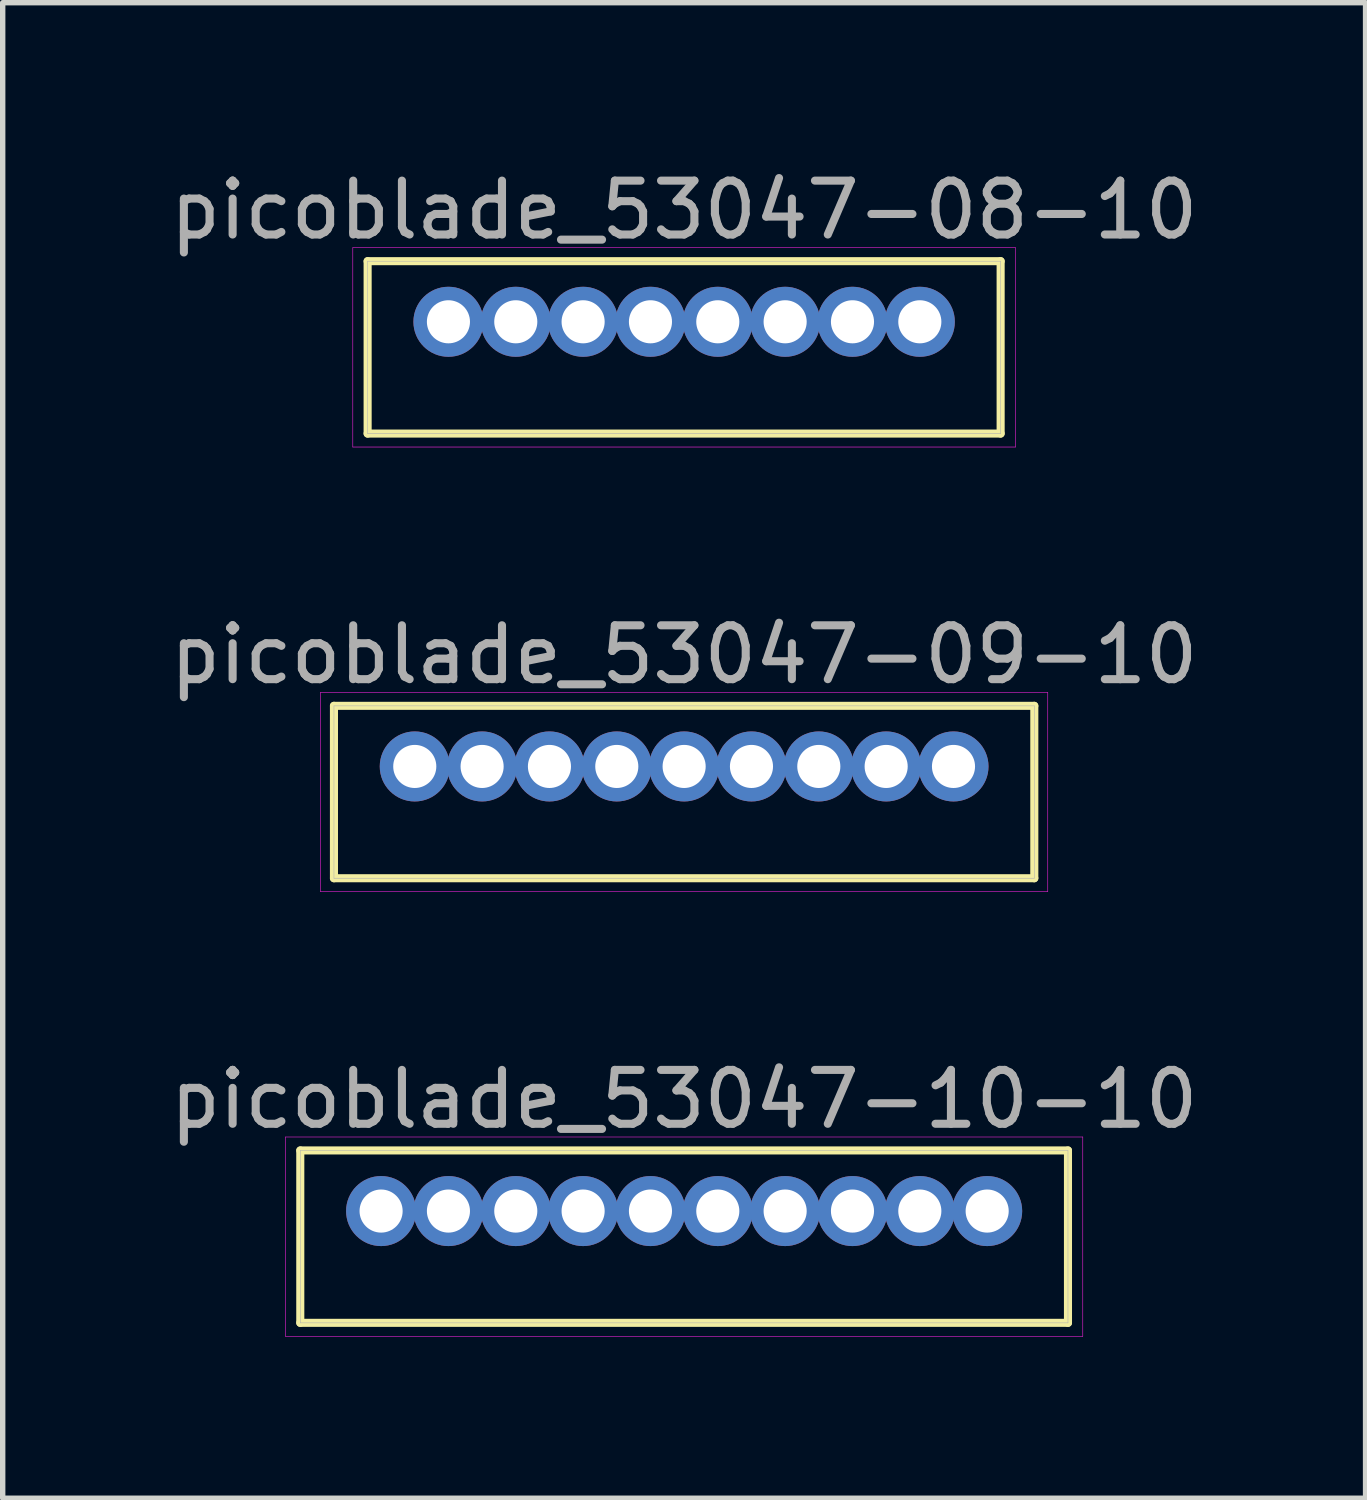
<source format=kicad_pcb>
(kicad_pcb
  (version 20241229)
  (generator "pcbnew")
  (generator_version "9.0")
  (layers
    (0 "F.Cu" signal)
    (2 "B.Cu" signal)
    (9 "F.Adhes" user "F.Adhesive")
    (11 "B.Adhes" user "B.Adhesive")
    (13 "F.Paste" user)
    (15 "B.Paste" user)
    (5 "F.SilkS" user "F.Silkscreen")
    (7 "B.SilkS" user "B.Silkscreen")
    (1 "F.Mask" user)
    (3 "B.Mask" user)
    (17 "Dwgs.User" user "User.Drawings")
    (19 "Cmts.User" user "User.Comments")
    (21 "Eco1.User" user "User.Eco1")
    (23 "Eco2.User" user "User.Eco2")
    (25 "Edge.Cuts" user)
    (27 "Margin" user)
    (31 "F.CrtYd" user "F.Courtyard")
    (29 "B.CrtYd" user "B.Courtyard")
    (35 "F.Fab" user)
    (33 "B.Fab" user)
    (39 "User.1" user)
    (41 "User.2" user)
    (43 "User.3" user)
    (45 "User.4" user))
  (footprint "picoblade_53047-10-10"
    (layer "F.Cu")
    (at 9.649 19.43)
    (property "Reference" "picoblade_53047-10-10" (at 0 -2.075 0) (layer "F.Fab") (effects (font (size 1 1) (thickness 0.15))))
    (attr through_hole)
    (fp_line (start -7.125 -1.125) (end 7.125 -1.125) (stroke (width 0.15) (type solid)) (layer "F.SilkS"))
    (fp_line (start -7.125 2.075) (end -7.125 -1.125) (stroke (width 0.15) (type solid)) (layer "F.SilkS"))
    (fp_line (start 7.125 -1.125) (end 7.125 2.075) (stroke (width 0.15) (type solid)) (layer "F.SilkS"))
    (fp_line (start 7.125 2.075) (end -7.125 2.075) (stroke (width 0.15) (type solid)) (layer "F.SilkS"))
    (fp_line (start -7.4 -1.375) (end 7.4 -1.375) (stroke (width 0.01) (type solid)) (layer "F.CrtYd"))
    (fp_line (start -7.4 2.325) (end -7.4 -1.375) (stroke (width 0.01) (type solid)) (layer "F.CrtYd"))
    (fp_line (start 7.4 -1.375) (end 7.4 2.325) (stroke (width 0.01) (type solid)) (layer "F.CrtYd"))
    (fp_line (start 7.4 2.325) (end -7.4 2.325) (stroke (width 0.01) (type solid)) (layer "F.CrtYd"))
    (fp_line (start -7.125 -1.125) (end 7.125 -1.125) (stroke (width 0.01) (type solid)) (layer "F.Fab"))
    (fp_line (start -7.125 2.075) (end -7.125 -1.125) (stroke (width 0.01) (type solid)) (layer "F.Fab"))
    (fp_line (start -5.875 -0.25) (end -5.375 -0.25) (stroke (width 0.01) (type solid)) (layer "F.Fab"))
    (fp_line (start -5.875 0.25) (end -5.875 -0.25) (stroke (width 0.01) (type solid)) (layer "F.Fab"))
    (fp_line (start -5.375 -0.25) (end -5.375 0.25) (stroke (width 0.01) (type solid)) (layer "F.Fab"))
    (fp_line (start -5.375 0.25) (end -5.875 0.25) (stroke (width 0.01) (type solid)) (layer "F.Fab"))
    (fp_line (start -4.625 -0.25) (end -4.125 -0.25) (stroke (width 0.01) (type solid)) (layer "F.Fab"))
    (fp_line (start -4.625 0.25) (end -4.625 -0.25) (stroke (width 0.01) (type solid)) (layer "F.Fab"))
    (fp_line (start -4.125 -0.25) (end -4.125 0.25) (stroke (width 0.01) (type solid)) (layer "F.Fab"))
    (fp_line (start -4.125 0.25) (end -4.625 0.25) (stroke (width 0.01) (type solid)) (layer "F.Fab"))
    (fp_line (start -3.375 -0.25) (end -2.875 -0.25) (stroke (width 0.01) (type solid)) (layer "F.Fab"))
    (fp_line (start -3.375 0.25) (end -3.375 -0.25) (stroke (width 0.01) (type solid)) (layer "F.Fab"))
    (fp_line (start -2.875 -0.25) (end -2.875 0.25) (stroke (width 0.01) (type solid)) (layer "F.Fab"))
    (fp_line (start -2.875 0.25) (end -3.375 0.25) (stroke (width 0.01) (type solid)) (layer "F.Fab"))
    (fp_line (start -2.125 -0.25) (end -1.625 -0.25) (stroke (width 0.01) (type solid)) (layer "F.Fab"))
    (fp_line (start -2.125 0.25) (end -2.125 -0.25) (stroke (width 0.01) (type solid)) (layer "F.Fab"))
    (fp_line (start -1.625 -0.25) (end -1.625 0.25) (stroke (width 0.01) (type solid)) (layer "F.Fab"))
    (fp_line (start -1.625 0.25) (end -2.125 0.25) (stroke (width 0.01) (type solid)) (layer "F.Fab"))
    (fp_line (start -0.875 -0.25) (end -0.375 -0.25) (stroke (width 0.01) (type solid)) (layer "F.Fab"))
    (fp_line (start -0.875 0.25) (end -0.875 -0.25) (stroke (width 0.01) (type solid)) (layer "F.Fab"))
    (fp_line (start -0.375 -0.25) (end -0.375 0.25) (stroke (width 0.01) (type solid)) (layer "F.Fab"))
    (fp_line (start -0.375 0.25) (end -0.875 0.25) (stroke (width 0.01) (type solid)) (layer "F.Fab"))
    (fp_line (start 0.375 -0.25) (end 0.875 -0.25) (stroke (width 0.01) (type solid)) (layer "F.Fab"))
    (fp_line (start 0.375 0.25) (end 0.375 -0.25) (stroke (width 0.01) (type solid)) (layer "F.Fab"))
    (fp_line (start 0.875 -0.25) (end 0.875 0.25) (stroke (width 0.01) (type solid)) (layer "F.Fab"))
    (fp_line (start 0.875 0.25) (end 0.375 0.25) (stroke (width 0.01) (type solid)) (layer "F.Fab"))
    (fp_line (start 1.625 -0.25) (end 2.125 -0.25) (stroke (width 0.01) (type solid)) (layer "F.Fab"))
    (fp_line (start 1.625 0.25) (end 1.625 -0.25) (stroke (width 0.01) (type solid)) (layer "F.Fab"))
    (fp_line (start 2.125 -0.25) (end 2.125 0.25) (stroke (width 0.01) (type solid)) (layer "F.Fab"))
    (fp_line (start 2.125 0.25) (end 1.625 0.25) (stroke (width 0.01) (type solid)) (layer "F.Fab"))
    (fp_line (start 2.875 -0.25) (end 3.375 -0.25) (stroke (width 0.01) (type solid)) (layer "F.Fab"))
    (fp_line (start 2.875 0.25) (end 2.875 -0.25) (stroke (width 0.01) (type solid)) (layer "F.Fab"))
    (fp_line (start 3.375 -0.25) (end 3.375 0.25) (stroke (width 0.01) (type solid)) (layer "F.Fab"))
    (fp_line (start 3.375 0.25) (end 2.875 0.25) (stroke (width 0.01) (type solid)) (layer "F.Fab"))
    (fp_line (start 4.125 -0.25) (end 4.625 -0.25) (stroke (width 0.01) (type solid)) (layer "F.Fab"))
    (fp_line (start 4.125 0.25) (end 4.125 -0.25) (stroke (width 0.01) (type solid)) (layer "F.Fab"))
    (fp_line (start 4.625 -0.25) (end 4.625 0.25) (stroke (width 0.01) (type solid)) (layer "F.Fab"))
    (fp_line (start 4.625 0.25) (end 4.125 0.25) (stroke (width 0.01) (type solid)) (layer "F.Fab"))
    (fp_line (start 5.375 -0.25) (end 5.875 -0.25) (stroke (width 0.01) (type solid)) (layer "F.Fab"))
    (fp_line (start 5.375 0.25) (end 5.375 -0.25) (stroke (width 0.01) (type solid)) (layer "F.Fab"))
    (fp_line (start 5.875 -0.25) (end 5.875 0.25) (stroke (width 0.01) (type solid)) (layer "F.Fab"))
    (fp_line (start 5.875 0.25) (end 5.375 0.25) (stroke (width 0.01) (type solid)) (layer "F.Fab"))
    (fp_line (start 7.125 -1.125) (end 7.125 2.075) (stroke (width 0.01) (type solid)) (layer "F.Fab"))
    (fp_line (start 7.125 2.075) (end -7.125 2.075) (stroke (width 0.01) (type solid)) (layer "F.Fab"))
    (pad "1" thru_hole circle (at 5.625 0) (size 1.3 1.3) (drill 0.8) (layers "*.Cu" "*.Mask"))
    (pad "2" thru_hole circle (at 4.375 0) (size 1.3 1.3) (drill 0.8) (layers "*.Cu" "*.Mask"))
    (pad "3" thru_hole circle (at 3.125 0) (size 1.3 1.3) (drill 0.8) (layers "*.Cu" "*.Mask"))
    (pad "4" thru_hole circle (at 1.875 0) (size 1.3 1.3) (drill 0.8) (layers "*.Cu" "*.Mask"))
    (pad "5" thru_hole circle (at 0.625 0) (size 1.3 1.3) (drill 0.8) (layers "*.Cu" "*.Mask"))
    (pad "6" thru_hole circle (at -0.625 0) (size 1.3 1.3) (drill 0.8) (layers "*.Cu" "*.Mask"))
    (pad "7" thru_hole circle (at -1.875 0) (size 1.3 1.3) (drill 0.8) (layers "*.Cu" "*.Mask"))
    (pad "8" thru_hole circle (at -3.125 0) (size 1.3 1.3) (drill 0.8) (layers "*.Cu" "*.Mask"))
    (pad "9" thru_hole circle (at -4.375 0) (size 1.3 1.3) (drill 0.8) (layers "*.Cu" "*.Mask"))
    (pad "10" thru_hole circle (at -5.625 0) (size 1.3 1.3) (drill 0.8) (layers "*.Cu" "*.Mask")))
  (footprint "picoblade_53047-08-10"
    (layer "F.Cu")
    (at 9.649 2.923)
    (property "Reference" "picoblade_53047-08-10" (at 0 -2.075 0) (layer "F.Fab") (effects (font (size 1 1) (thickness 0.15))))
    (attr through_hole)
    (fp_line (start -5.875 -1.125) (end 5.875 -1.125) (stroke (width 0.15) (type solid)) (layer "F.SilkS"))
    (fp_line (start -5.875 2.075) (end -5.875 -1.125) (stroke (width 0.15) (type solid)) (layer "F.SilkS"))
    (fp_line (start 5.875 -1.125) (end 5.875 2.075) (stroke (width 0.15) (type solid)) (layer "F.SilkS"))
    (fp_line (start 5.875 2.075) (end -5.875 2.075) (stroke (width 0.15) (type solid)) (layer "F.SilkS"))
    (fp_line (start -6.15 -1.375) (end 6.15 -1.375) (stroke (width 0.01) (type solid)) (layer "F.CrtYd"))
    (fp_line (start -6.15 2.325) (end -6.15 -1.375) (stroke (width 0.01) (type solid)) (layer "F.CrtYd"))
    (fp_line (start 6.15 -1.375) (end 6.15 2.325) (stroke (width 0.01) (type solid)) (layer "F.CrtYd"))
    (fp_line (start 6.15 2.325) (end -6.15 2.325) (stroke (width 0.01) (type solid)) (layer "F.CrtYd"))
    (fp_line (start -5.875 -1.125) (end 5.875 -1.125) (stroke (width 0.01) (type solid)) (layer "F.Fab"))
    (fp_line (start -5.875 2.075) (end -5.875 -1.125) (stroke (width 0.01) (type solid)) (layer "F.Fab"))
    (fp_line (start -4.625 -0.25) (end -4.125 -0.25) (stroke (width 0.01) (type solid)) (layer "F.Fab"))
    (fp_line (start -4.625 0.25) (end -4.625 -0.25) (stroke (width 0.01) (type solid)) (layer "F.Fab"))
    (fp_line (start -4.125 -0.25) (end -4.125 0.25) (stroke (width 0.01) (type solid)) (layer "F.Fab"))
    (fp_line (start -4.125 0.25) (end -4.625 0.25) (stroke (width 0.01) (type solid)) (layer "F.Fab"))
    (fp_line (start -3.375 -0.25) (end -2.875 -0.25) (stroke (width 0.01) (type solid)) (layer "F.Fab"))
    (fp_line (start -3.375 0.25) (end -3.375 -0.25) (stroke (width 0.01) (type solid)) (layer "F.Fab"))
    (fp_line (start -2.875 -0.25) (end -2.875 0.25) (stroke (width 0.01) (type solid)) (layer "F.Fab"))
    (fp_line (start -2.875 0.25) (end -3.375 0.25) (stroke (width 0.01) (type solid)) (layer "F.Fab"))
    (fp_line (start -2.125 -0.25) (end -1.625 -0.25) (stroke (width 0.01) (type solid)) (layer "F.Fab"))
    (fp_line (start -2.125 0.25) (end -2.125 -0.25) (stroke (width 0.01) (type solid)) (layer "F.Fab"))
    (fp_line (start -1.625 -0.25) (end -1.625 0.25) (stroke (width 0.01) (type solid)) (layer "F.Fab"))
    (fp_line (start -1.625 0.25) (end -2.125 0.25) (stroke (width 0.01) (type solid)) (layer "F.Fab"))
    (fp_line (start -0.875 -0.25) (end -0.375 -0.25) (stroke (width 0.01) (type solid)) (layer "F.Fab"))
    (fp_line (start -0.875 0.25) (end -0.875 -0.25) (stroke (width 0.01) (type solid)) (layer "F.Fab"))
    (fp_line (start -0.375 -0.25) (end -0.375 0.25) (stroke (width 0.01) (type solid)) (layer "F.Fab"))
    (fp_line (start -0.375 0.25) (end -0.875 0.25) (stroke (width 0.01) (type solid)) (layer "F.Fab"))
    (fp_line (start 0.375 -0.25) (end 0.875 -0.25) (stroke (width 0.01) (type solid)) (layer "F.Fab"))
    (fp_line (start 0.375 0.25) (end 0.375 -0.25) (stroke (width 0.01) (type solid)) (layer "F.Fab"))
    (fp_line (start 0.875 -0.25) (end 0.875 0.25) (stroke (width 0.01) (type solid)) (layer "F.Fab"))
    (fp_line (start 0.875 0.25) (end 0.375 0.25) (stroke (width 0.01) (type solid)) (layer "F.Fab"))
    (fp_line (start 1.625 -0.25) (end 2.125 -0.25) (stroke (width 0.01) (type solid)) (layer "F.Fab"))
    (fp_line (start 1.625 0.25) (end 1.625 -0.25) (stroke (width 0.01) (type solid)) (layer "F.Fab"))
    (fp_line (start 2.125 -0.25) (end 2.125 0.25) (stroke (width 0.01) (type solid)) (layer "F.Fab"))
    (fp_line (start 2.125 0.25) (end 1.625 0.25) (stroke (width 0.01) (type solid)) (layer "F.Fab"))
    (fp_line (start 2.875 -0.25) (end 3.375 -0.25) (stroke (width 0.01) (type solid)) (layer "F.Fab"))
    (fp_line (start 2.875 0.25) (end 2.875 -0.25) (stroke (width 0.01) (type solid)) (layer "F.Fab"))
    (fp_line (start 3.375 -0.25) (end 3.375 0.25) (stroke (width 0.01) (type solid)) (layer "F.Fab"))
    (fp_line (start 3.375 0.25) (end 2.875 0.25) (stroke (width 0.01) (type solid)) (layer "F.Fab"))
    (fp_line (start 4.125 -0.25) (end 4.625 -0.25) (stroke (width 0.01) (type solid)) (layer "F.Fab"))
    (fp_line (start 4.125 0.25) (end 4.125 -0.25) (stroke (width 0.01) (type solid)) (layer "F.Fab"))
    (fp_line (start 4.625 -0.25) (end 4.625 0.25) (stroke (width 0.01) (type solid)) (layer "F.Fab"))
    (fp_line (start 4.625 0.25) (end 4.125 0.25) (stroke (width 0.01) (type solid)) (layer "F.Fab"))
    (fp_line (start 5.875 -1.125) (end 5.875 2.075) (stroke (width 0.01) (type solid)) (layer "F.Fab"))
    (fp_line (start 5.875 2.075) (end -5.875 2.075) (stroke (width 0.01) (type solid)) (layer "F.Fab"))
    (pad "1" thru_hole circle (at 4.375 0) (size 1.3 1.3) (drill 0.8) (layers "*.Cu" "*.Mask"))
    (pad "2" thru_hole circle (at 3.125 0) (size 1.3 1.3) (drill 0.8) (layers "*.Cu" "*.Mask"))
    (pad "3" thru_hole circle (at 1.875 0) (size 1.3 1.3) (drill 0.8) (layers "*.Cu" "*.Mask"))
    (pad "4" thru_hole circle (at 0.625 0) (size 1.3 1.3) (drill 0.8) (layers "*.Cu" "*.Mask"))
    (pad "5" thru_hole circle (at -0.625 0) (size 1.3 1.3) (drill 0.8) (layers "*.Cu" "*.Mask"))
    (pad "6" thru_hole circle (at -1.875 0) (size 1.3 1.3) (drill 0.8) (layers "*.Cu" "*.Mask"))
    (pad "7" thru_hole circle (at -3.125 0) (size 1.3 1.3) (drill 0.8) (layers "*.Cu" "*.Mask"))
    (pad "8" thru_hole circle (at -4.375 0) (size 1.3 1.3) (drill 0.8) (layers "*.Cu" "*.Mask")))
  (footprint "picoblade_53047-09-10"
    (layer "F.Cu")
    (at 9.649 11.177)
    (property "Reference" "picoblade_53047-09-10" (at 0 -2.075 0) (layer "F.Fab") (effects (font (size 1 1) (thickness 0.15))))
    (attr through_hole)
    (fp_line (start -6.5 -1.125) (end 6.5 -1.125) (stroke (width 0.15) (type solid)) (layer "F.SilkS"))
    (fp_line (start -6.5 2.075) (end -6.5 -1.125) (stroke (width 0.15) (type solid)) (layer "F.SilkS"))
    (fp_line (start 6.5 -1.125) (end 6.5 2.075) (stroke (width 0.15) (type solid)) (layer "F.SilkS"))
    (fp_line (start 6.5 2.075) (end -6.5 2.075) (stroke (width 0.15) (type solid)) (layer "F.SilkS"))
    (fp_line (start -6.75 -1.375) (end 6.75 -1.375) (stroke (width 0.01) (type solid)) (layer "F.CrtYd"))
    (fp_line (start -6.75 2.325) (end -6.75 -1.375) (stroke (width 0.01) (type solid)) (layer "F.CrtYd"))
    (fp_line (start 6.75 -1.375) (end 6.75 2.325) (stroke (width 0.01) (type solid)) (layer "F.CrtYd"))
    (fp_line (start 6.75 2.325) (end -6.75 2.325) (stroke (width 0.01) (type solid)) (layer "F.CrtYd"))
    (fp_line (start -6.5 -1.125) (end 6.5 -1.125) (stroke (width 0.01) (type solid)) (layer "F.Fab"))
    (fp_line (start -6.5 2.075) (end -6.5 -1.125) (stroke (width 0.01) (type solid)) (layer "F.Fab"))
    (fp_line (start -5.25 -0.25) (end -4.75 -0.25) (stroke (width 0.01) (type solid)) (layer "F.Fab"))
    (fp_line (start -5.25 0.25) (end -5.25 -0.25) (stroke (width 0.01) (type solid)) (layer "F.Fab"))
    (fp_line (start -4.75 -0.25) (end -4.75 0.25) (stroke (width 0.01) (type solid)) (layer "F.Fab"))
    (fp_line (start -4.75 0.25) (end -5.25 0.25) (stroke (width 0.01) (type solid)) (layer "F.Fab"))
    (fp_line (start -4 -0.25) (end -3.5 -0.25) (stroke (width 0.01) (type solid)) (layer "F.Fab"))
    (fp_line (start -4 0.25) (end -4 -0.25) (stroke (width 0.01) (type solid)) (layer "F.Fab"))
    (fp_line (start -3.5 -0.25) (end -3.5 0.25) (stroke (width 0.01) (type solid)) (layer "F.Fab"))
    (fp_line (start -3.5 0.25) (end -4 0.25) (stroke (width 0.01) (type solid)) (layer "F.Fab"))
    (fp_line (start -2.75 -0.25) (end -2.25 -0.25) (stroke (width 0.01) (type solid)) (layer "F.Fab"))
    (fp_line (start -2.75 0.25) (end -2.75 -0.25) (stroke (width 0.01) (type solid)) (layer "F.Fab"))
    (fp_line (start -2.25 -0.25) (end -2.25 0.25) (stroke (width 0.01) (type solid)) (layer "F.Fab"))
    (fp_line (start -2.25 0.25) (end -2.75 0.25) (stroke (width 0.01) (type solid)) (layer "F.Fab"))
    (fp_line (start -1.5 -0.25) (end -1 -0.25) (stroke (width 0.01) (type solid)) (layer "F.Fab"))
    (fp_line (start -1.5 0.25) (end -1.5 -0.25) (stroke (width 0.01) (type solid)) (layer "F.Fab"))
    (fp_line (start -1 -0.25) (end -1 0.25) (stroke (width 0.01) (type solid)) (layer "F.Fab"))
    (fp_line (start -1 0.25) (end -1.5 0.25) (stroke (width 0.01) (type solid)) (layer "F.Fab"))
    (fp_line (start -0.25 -0.25) (end 0.25 -0.25) (stroke (width 0.01) (type solid)) (layer "F.Fab"))
    (fp_line (start -0.25 0.25) (end -0.25 -0.25) (stroke (width 0.01) (type solid)) (layer "F.Fab"))
    (fp_line (start 0.25 -0.25) (end 0.25 0.25) (stroke (width 0.01) (type solid)) (layer "F.Fab"))
    (fp_line (start 0.25 0.25) (end -0.25 0.25) (stroke (width 0.01) (type solid)) (layer "F.Fab"))
    (fp_line (start 1 -0.25) (end 1.5 -0.25) (stroke (width 0.01) (type solid)) (layer "F.Fab"))
    (fp_line (start 1 0.25) (end 1 -0.25) (stroke (width 0.01) (type solid)) (layer "F.Fab"))
    (fp_line (start 1.5 -0.25) (end 1.5 0.25) (stroke (width 0.01) (type solid)) (layer "F.Fab"))
    (fp_line (start 1.5 0.25) (end 1 0.25) (stroke (width 0.01) (type solid)) (layer "F.Fab"))
    (fp_line (start 2.25 -0.25) (end 2.75 -0.25) (stroke (width 0.01) (type solid)) (layer "F.Fab"))
    (fp_line (start 2.25 0.25) (end 2.25 -0.25) (stroke (width 0.01) (type solid)) (layer "F.Fab"))
    (fp_line (start 2.75 -0.25) (end 2.75 0.25) (stroke (width 0.01) (type solid)) (layer "F.Fab"))
    (fp_line (start 2.75 0.25) (end 2.25 0.25) (stroke (width 0.01) (type solid)) (layer "F.Fab"))
    (fp_line (start 3.5 -0.25) (end 4 -0.25) (stroke (width 0.01) (type solid)) (layer "F.Fab"))
    (fp_line (start 3.5 0.25) (end 3.5 -0.25) (stroke (width 0.01) (type solid)) (layer "F.Fab"))
    (fp_line (start 4 -0.25) (end 4 0.25) (stroke (width 0.01) (type solid)) (layer "F.Fab"))
    (fp_line (start 4 0.25) (end 3.5 0.25) (stroke (width 0.01) (type solid)) (layer "F.Fab"))
    (fp_line (start 4.75 -0.25) (end 5.25 -0.25) (stroke (width 0.01) (type solid)) (layer "F.Fab"))
    (fp_line (start 4.75 0.25) (end 4.75 -0.25) (stroke (width 0.01) (type solid)) (layer "F.Fab"))
    (fp_line (start 5.25 -0.25) (end 5.25 0.25) (stroke (width 0.01) (type solid)) (layer "F.Fab"))
    (fp_line (start 5.25 0.25) (end 4.75 0.25) (stroke (width 0.01) (type solid)) (layer "F.Fab"))
    (fp_line (start 6.5 -1.125) (end 6.5 2.075) (stroke (width 0.01) (type solid)) (layer "F.Fab"))
    (fp_line (start 6.5 2.075) (end -6.5 2.075) (stroke (width 0.01) (type solid)) (layer "F.Fab"))
    (pad "1" thru_hole circle (at 5 0) (size 1.3 1.3) (drill 0.8) (layers "*.Cu" "*.Mask"))
    (pad "2" thru_hole circle (at 3.75 0) (size 1.3 1.3) (drill 0.8) (layers "*.Cu" "*.Mask"))
    (pad "3" thru_hole circle (at 2.5 0) (size 1.3 1.3) (drill 0.8) (layers "*.Cu" "*.Mask"))
    (pad "4" thru_hole circle (at 1.25 0) (size 1.3 1.3) (drill 0.8) (layers "*.Cu" "*.Mask"))
    (pad "5" thru_hole circle (at 0 0) (size 1.3 1.3) (drill 0.8) (layers "*.Cu" "*.Mask"))
    (pad "6" thru_hole circle (at -1.25 0) (size 1.3 1.3) (drill 0.8) (layers "*.Cu" "*.Mask"))
    (pad "7" thru_hole circle (at -2.5 0) (size 1.3 1.3) (drill 0.8) (layers "*.Cu" "*.Mask"))
    (pad "8" thru_hole circle (at -3.75 0) (size 1.3 1.3) (drill 0.8) (layers "*.Cu" "*.Mask"))
    (pad "9" thru_hole circle (at -5 0) (size 1.3 1.3) (drill 0.8) (layers "*.Cu" "*.Mask")))
  (gr_rect
    (start -3 -3)
    (end 22.298 24.76)
    (stroke (width 0.1) (type default))
    (fill no)
    (layer "Edge.Cuts")))
</source>
